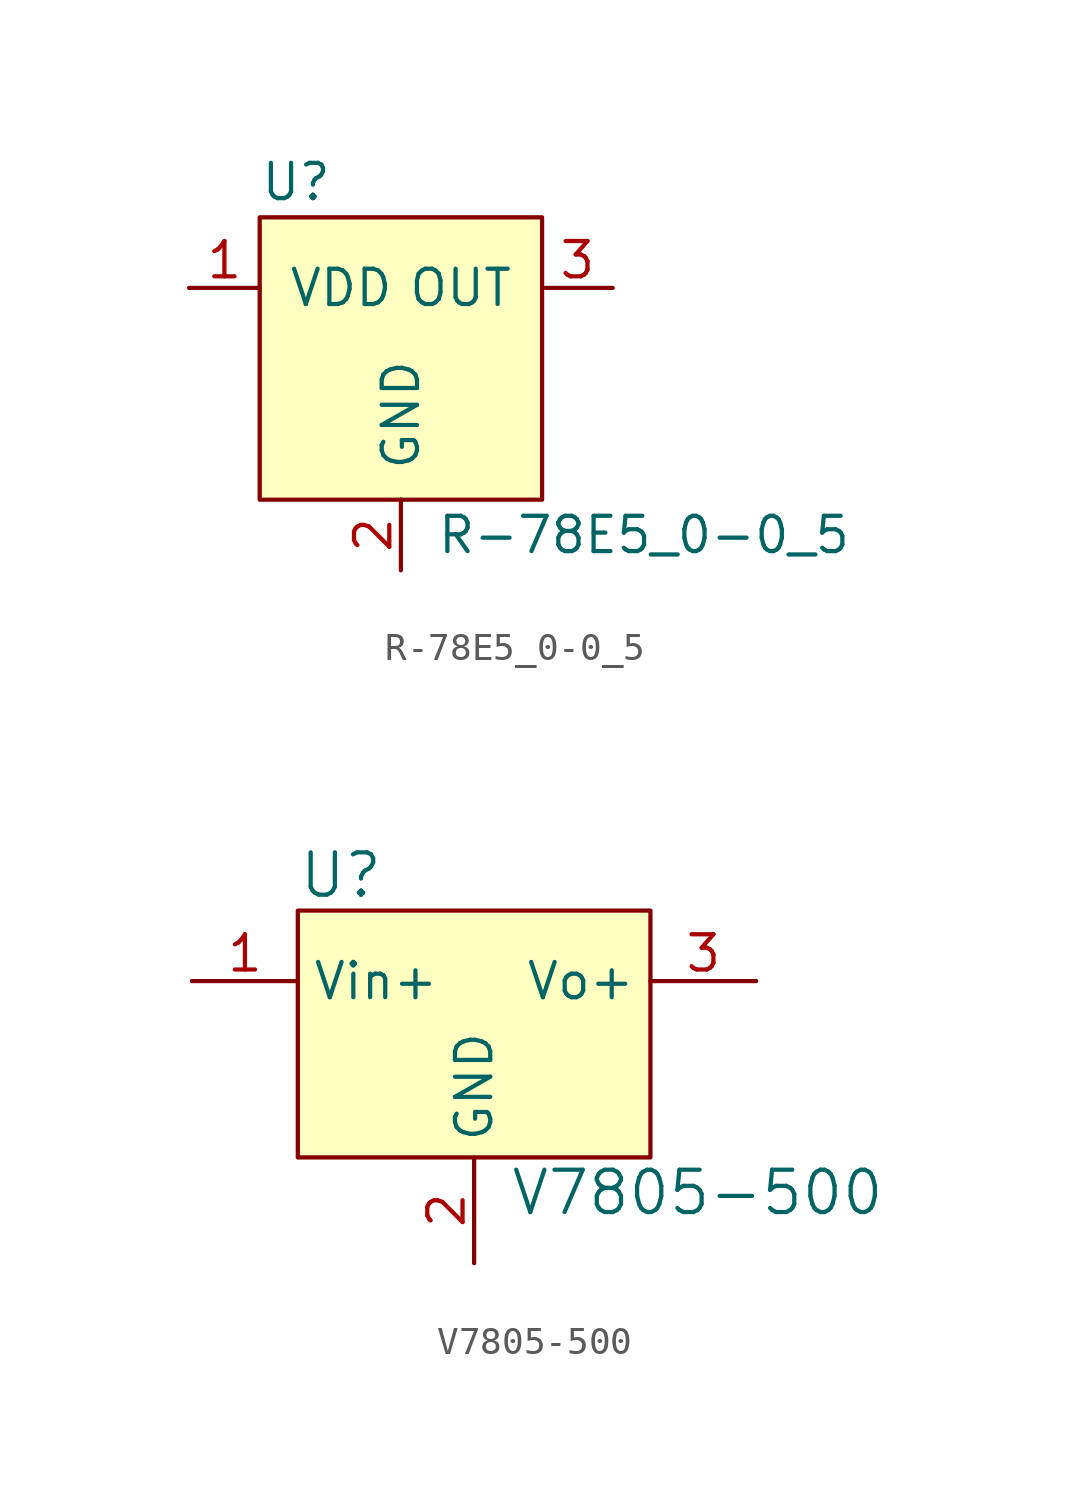
<source format=kicad_sym>
(kicad_symbol_lib
  (version 20220914)
  (generator kicad_symbol_editor)
  (symbol "R-78E5_0-0_5"
    (pin_names
      (offset 1.016))
    (property "Reference" "U"
      (at -5.08 6.35 0)
      (effects (font (size 1.27 1.27)) (justify left)))
    (property "Value" "R-78E5_0-0_5"
      (at 1.27 -6.35 0)
      (effects (font (size 1.27 1.27)) (justify left)))
    (symbol "R-78E5_0-0_5_1_1"
      (rectangle (start 5.08 5.08) (end -5.08 -5.08) (stroke (width 0) (type solid)) (fill (type background)))
      (pin power_in line (at -7.62 2.54 0) (length 2.54) (name "VDD" (effects (font (size 1.27 1.27)))) (number "1" (effects (font (size 1.27 1.27)))))
      (pin power_in line (at 0 -7.62 90) (length 2.54) (name "GND" (effects (font (size 1.27 1.27)))) (number "2" (effects (font (size 1.27 1.27)))))
      (pin power_out line (at 7.62 2.54 180) (length 2.54) (name "OUT" (effects (font (size 1.27 1.27)))) (number "3" (effects (font (size 1.27 1.27)))))))
  (symbol "V7805-500"
    (property "Reference" "U"
      (at -6.35 6.35 0)
      (effects (font (size 1.524 1.524)) (justify left)))
    (property "Value" "V7805-500"
      (at 1.27 -5.08 0)
      (effects (font (size 1.524 1.524)) (justify left)))
    (symbol "V7805-500_0_1"
      (rectangle (start -6.35 5.08) (end 6.35 -3.81) (stroke (width 0) (type solid)) (fill (type background))))
    (symbol "V7805-500_1_1"
      (pin power_in line (at -10.16 2.54 0) (length 3.81) (name "Vin+" (effects (font (size 1.27 1.27)))) (number "1" (effects (font (size 1.27 1.27)))))
      (pin power_in line (at 0 -7.62 90) (length 3.81) (name "GND" (effects (font (size 1.27 1.27)))) (number "2" (effects (font (size 1.27 1.27)))))
      (pin power_out line (at 10.16 2.54 180) (length 3.81) (name "Vo+" (effects (font (size 1.27 1.27)))) (number "3" (effects (font (size 1.27 1.27))))))))
</source>
